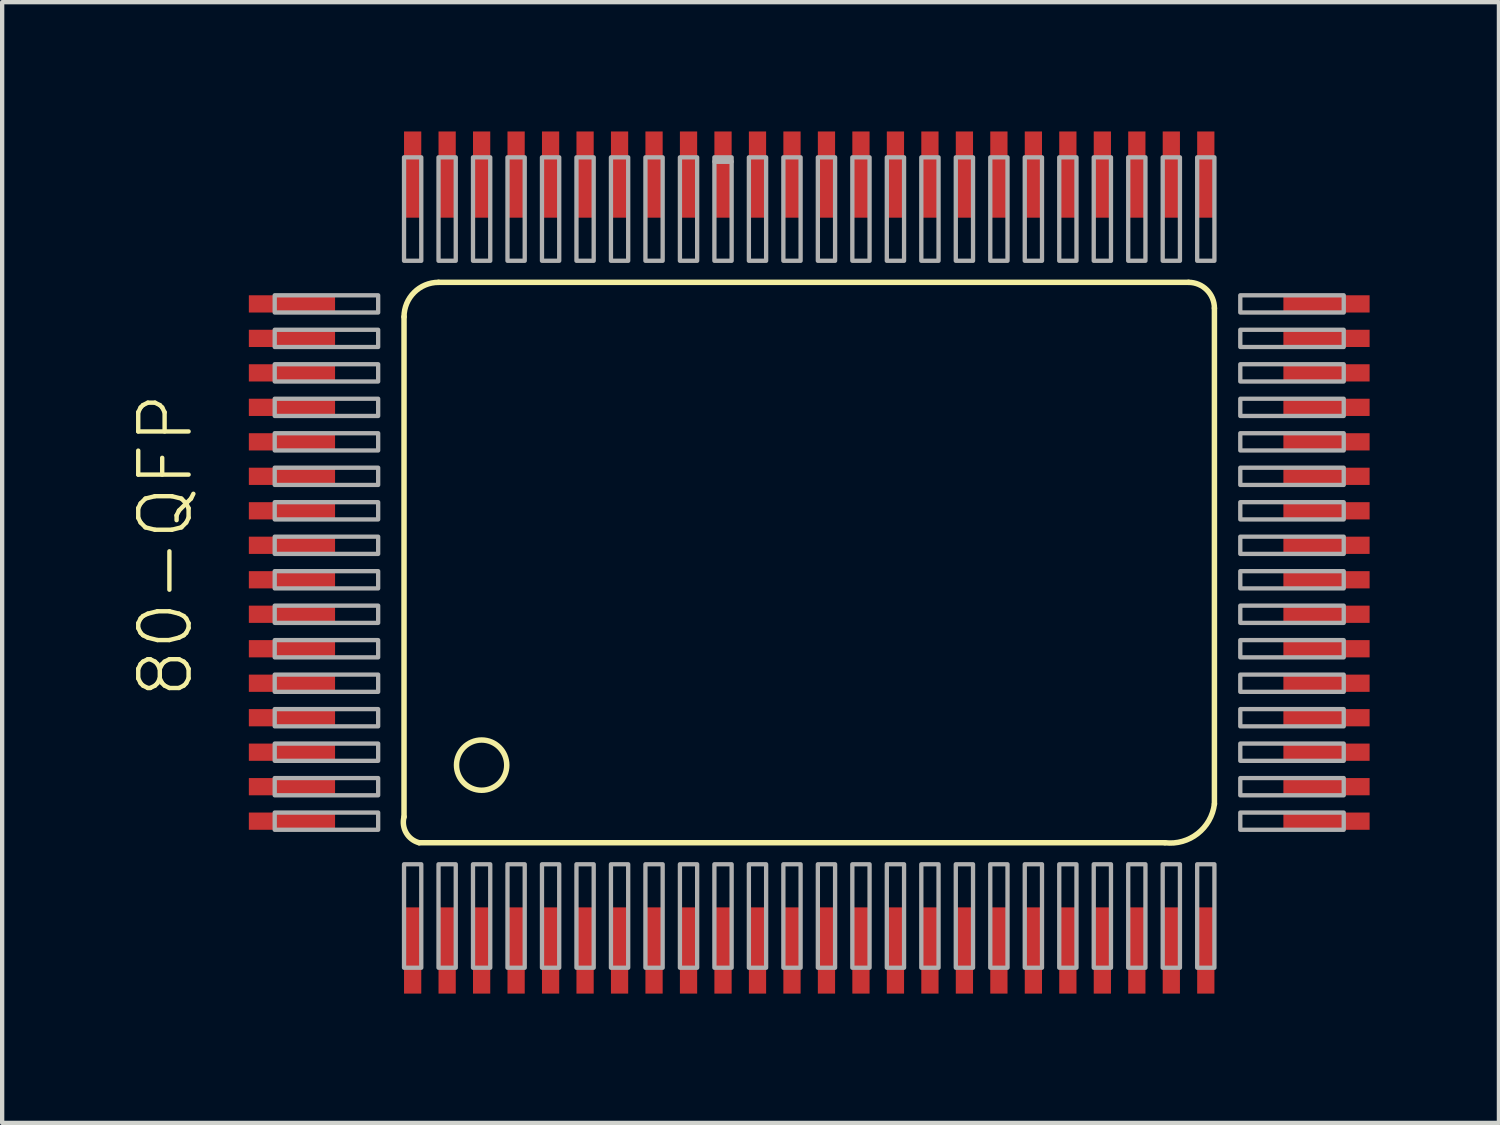
<source format=kicad_pcb>
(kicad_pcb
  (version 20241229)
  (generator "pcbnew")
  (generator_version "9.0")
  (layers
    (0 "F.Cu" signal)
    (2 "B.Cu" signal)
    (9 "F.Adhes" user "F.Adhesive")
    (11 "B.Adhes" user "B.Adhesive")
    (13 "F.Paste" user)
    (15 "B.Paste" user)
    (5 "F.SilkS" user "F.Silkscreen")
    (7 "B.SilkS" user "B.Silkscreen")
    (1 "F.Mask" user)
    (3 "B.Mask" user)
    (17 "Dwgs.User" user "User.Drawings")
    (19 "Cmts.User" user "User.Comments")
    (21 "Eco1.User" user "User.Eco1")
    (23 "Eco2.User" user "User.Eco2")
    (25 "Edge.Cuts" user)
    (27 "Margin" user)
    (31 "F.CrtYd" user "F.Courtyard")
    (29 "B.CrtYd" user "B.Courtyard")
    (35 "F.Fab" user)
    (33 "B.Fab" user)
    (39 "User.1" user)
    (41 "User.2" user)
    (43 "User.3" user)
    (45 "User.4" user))
  (footprint "80-QFP"
    (layer "F.Cu")
    (at 15.623 9.7)
    (property "Reference" "80-QFP" (at -14.15 3.5 90) (layer "F.SilkS") (effects (font (size 1.168 1.168) (thickness 0.102)) (justify left bottom)))
    (fp_line (start -9.3 6.2) (end -9.3 -5.4) (stroke (width 0.127) (type solid)) (layer "F.SilkS"))
    (fp_line (start -8.5 -6.2) (end 8.9 -6.2) (stroke (width 0.127) (type solid)) (layer "F.SilkS"))
    (fp_line (start 8.35 6.8) (end -8.95 6.8) (stroke (width 0.127) (type solid)) (layer "F.SilkS"))
    (fp_line (start 9.5 -5.6) (end 9.5 5.9) (stroke (width 0.127) (type solid)) (layer "F.SilkS"))
    (fp_arc (start -9.3 -5.4) (mid -9.065685 -5.965685) (end -8.5 -6.2) (stroke (width 0.127) (type solid)) (layer "F.SilkS"))
    (fp_arc (start -8.95 6.8) (mid -9.249264 6.572487) (end -9.3 6.2) (stroke (width 0.127) (type solid)) (layer "F.SilkS"))
    (fp_arc (start 8.9 -6.2) (mid 9.324264 -6.024264) (end 9.5 -5.6) (stroke (width 0.127) (type solid)) (layer "F.SilkS"))
    (fp_arc (start 9.5 5.9) (mid 9.111396 6.588173) (end 8.35 6.8) (stroke (width 0.127) (type solid)) (layer "F.SilkS"))
    (fp_circle (center -7.5 5) (end -6.917 5) (stroke (width 0.127) (type solid)) (fill no) (layer "F.SilkS"))
    (fp_poly (pts (xy -12.3 -5.5) (xy -9.9 -5.5) (xy -9.9 -5.9) (xy -12.3 -5.9)) (stroke (width 0.1) (type solid)) (fill no) (layer "F.Fab"))
    (fp_poly (pts (xy -12.3 -4.7) (xy -9.9 -4.7) (xy -9.9 -5.1) (xy -12.3 -5.1)) (stroke (width 0.1) (type solid)) (fill no) (layer "F.Fab"))
    (fp_poly (pts (xy -12.3 -3.9) (xy -9.9 -3.9) (xy -9.9 -4.3) (xy -12.3 -4.3)) (stroke (width 0.1) (type solid)) (fill no) (layer "F.Fab"))
    (fp_poly (pts (xy -12.3 -3.1) (xy -9.9 -3.1) (xy -9.9 -3.5) (xy -12.3 -3.5)) (stroke (width 0.1) (type solid)) (fill no) (layer "F.Fab"))
    (fp_poly (pts (xy -12.3 -2.3) (xy -9.9 -2.3) (xy -9.9 -2.7) (xy -12.3 -2.7)) (stroke (width 0.1) (type solid)) (fill no) (layer "F.Fab"))
    (fp_poly (pts (xy -12.3 -1.5) (xy -9.9 -1.5) (xy -9.9 -1.9) (xy -12.3 -1.9)) (stroke (width 0.1) (type solid)) (fill no) (layer "F.Fab"))
    (fp_poly (pts (xy -12.3 -0.7) (xy -9.9 -0.7) (xy -9.9 -1.1) (xy -12.3 -1.1)) (stroke (width 0.1) (type solid)) (fill no) (layer "F.Fab"))
    (fp_poly (pts (xy -12.3 0.1) (xy -9.9 0.1) (xy -9.9 -0.3) (xy -12.3 -0.3)) (stroke (width 0.1) (type solid)) (fill no) (layer "F.Fab"))
    (fp_poly (pts (xy -12.3 0.9) (xy -9.9 0.9) (xy -9.9 0.5) (xy -12.3 0.5)) (stroke (width 0.1) (type solid)) (fill no) (layer "F.Fab"))
    (fp_poly (pts (xy -12.3 1.7) (xy -9.9 1.7) (xy -9.9 1.3) (xy -12.3 1.3)) (stroke (width 0.1) (type solid)) (fill no) (layer "F.Fab"))
    (fp_poly (pts (xy -12.3 2.5) (xy -9.9 2.5) (xy -9.9 2.1) (xy -12.3 2.1)) (stroke (width 0.1) (type solid)) (fill no) (layer "F.Fab"))
    (fp_poly (pts (xy -12.3 3.3) (xy -9.9 3.3) (xy -9.9 2.9) (xy -12.3 2.9)) (stroke (width 0.1) (type solid)) (fill no) (layer "F.Fab"))
    (fp_poly (pts (xy -12.3 4.1) (xy -9.9 4.1) (xy -9.9 3.7) (xy -12.3 3.7)) (stroke (width 0.1) (type solid)) (fill no) (layer "F.Fab"))
    (fp_poly (pts (xy -12.3 4.9) (xy -9.9 4.9) (xy -9.9 4.5) (xy -12.3 4.5)) (stroke (width 0.1) (type solid)) (fill no) (layer "F.Fab"))
    (fp_poly (pts (xy -12.3 5.7) (xy -9.9 5.7) (xy -9.9 5.3) (xy -12.3 5.3)) (stroke (width 0.1) (type solid)) (fill no) (layer "F.Fab"))
    (fp_poly (pts (xy -12.3 6.5) (xy -9.9 6.5) (xy -9.9 6.1) (xy -12.3 6.1)) (stroke (width 0.1) (type solid)) (fill no) (layer "F.Fab"))
    (fp_poly (pts (xy -9.3 -6.7) (xy -8.9 -6.7) (xy -8.9 -9.1) (xy -9.3 -9.1)) (stroke (width 0.1) (type solid)) (fill no) (layer "F.Fab"))
    (fp_poly (pts (xy -9.3 9.7) (xy -8.9 9.7) (xy -8.9 7.3) (xy -9.3 7.3)) (stroke (width 0.1) (type solid)) (fill no) (layer "F.Fab"))
    (fp_poly (pts (xy -8.5 -6.7) (xy -8.1 -6.7) (xy -8.1 -9.1) (xy -8.5 -9.1)) (stroke (width 0.1) (type solid)) (fill no) (layer "F.Fab"))
    (fp_poly (pts (xy -8.5 9.7) (xy -8.1 9.7) (xy -8.1 7.3) (xy -8.5 7.3)) (stroke (width 0.1) (type solid)) (fill no) (layer "F.Fab"))
    (fp_poly (pts (xy -7.7 -6.7) (xy -7.3 -6.7) (xy -7.3 -9.1) (xy -7.7 -9.1)) (stroke (width 0.1) (type solid)) (fill no) (layer "F.Fab"))
    (fp_poly (pts (xy -7.7 9.7) (xy -7.3 9.7) (xy -7.3 7.3) (xy -7.7 7.3)) (stroke (width 0.1) (type solid)) (fill no) (layer "F.Fab"))
    (fp_poly (pts (xy -6.9 -6.7) (xy -6.5 -6.7) (xy -6.5 -9.1) (xy -6.9 -9.1)) (stroke (width 0.1) (type solid)) (fill no) (layer "F.Fab"))
    (fp_poly (pts (xy -6.9 9.7) (xy -6.5 9.7) (xy -6.5 7.3) (xy -6.9 7.3)) (stroke (width 0.1) (type solid)) (fill no) (layer "F.Fab"))
    (fp_poly (pts (xy -6.1 -6.7) (xy -5.7 -6.7) (xy -5.7 -9.1) (xy -6.1 -9.1)) (stroke (width 0.1) (type solid)) (fill no) (layer "F.Fab"))
    (fp_poly (pts (xy -6.1 9.7) (xy -5.7 9.7) (xy -5.7 7.3) (xy -6.1 7.3)) (stroke (width 0.1) (type solid)) (fill no) (layer "F.Fab"))
    (fp_poly (pts (xy -5.3 -6.7) (xy -4.9 -6.7) (xy -4.9 -9.1) (xy -5.3 -9.1)) (stroke (width 0.1) (type solid)) (fill no) (layer "F.Fab"))
    (fp_poly (pts (xy -5.3 9.7) (xy -4.9 9.7) (xy -4.9 7.3) (xy -5.3 7.3)) (stroke (width 0.1) (type solid)) (fill no) (layer "F.Fab"))
    (fp_poly (pts (xy -4.5 -6.7) (xy -4.1 -6.7) (xy -4.1 -9.1) (xy -4.5 -9.1)) (stroke (width 0.1) (type solid)) (fill no) (layer "F.Fab"))
    (fp_poly (pts (xy -4.5 9.7) (xy -4.1 9.7) (xy -4.1 7.3) (xy -4.5 7.3)) (stroke (width 0.1) (type solid)) (fill no) (layer "F.Fab"))
    (fp_poly (pts (xy -3.7 -6.7) (xy -3.3 -6.7) (xy -3.3 -9.1) (xy -3.7 -9.1)) (stroke (width 0.1) (type solid)) (fill no) (layer "F.Fab"))
    (fp_poly (pts (xy -3.7 9.7) (xy -3.3 9.7) (xy -3.3 7.3) (xy -3.7 7.3)) (stroke (width 0.1) (type solid)) (fill no) (layer "F.Fab"))
    (fp_poly (pts (xy -2.9 -6.7) (xy -2.5 -6.7) (xy -2.5 -9.1) (xy -2.9 -9.1)) (stroke (width 0.1) (type solid)) (fill no) (layer "F.Fab"))
    (fp_poly (pts (xy -2.9 9.7) (xy -2.5 9.7) (xy -2.5 7.3) (xy -2.9 7.3)) (stroke (width 0.1) (type solid)) (fill no) (layer "F.Fab"))
    (fp_poly (pts (xy -2.1 -9) (xy -1.7 -9) (xy -1.7 -9.1) (xy -2.1 -9.1)) (stroke (width 0.1) (type solid)) (fill no) (layer "F.Fab"))
    (fp_poly (pts (xy -2.1 -6.7) (xy -1.7 -6.7) (xy -1.7 -9) (xy -2.1 -9)) (stroke (width 0.1) (type solid)) (fill no) (layer "F.Fab"))
    (fp_poly (pts (xy -2.1 9.7) (xy -1.7 9.7) (xy -1.7 7.3) (xy -2.1 7.3)) (stroke (width 0.1) (type solid)) (fill no) (layer "F.Fab"))
    (fp_poly (pts (xy -1.3 -6.7) (xy -0.9 -6.7) (xy -0.9 -9.1) (xy -1.3 -9.1)) (stroke (width 0.1) (type solid)) (fill no) (layer "F.Fab"))
    (fp_poly (pts (xy -1.3 9.7) (xy -0.9 9.7) (xy -0.9 7.3) (xy -1.3 7.3)) (stroke (width 0.1) (type solid)) (fill no) (layer "F.Fab"))
    (fp_poly (pts (xy -0.5 -6.7) (xy -0.1 -6.7) (xy -0.1 -9.1) (xy -0.5 -9.1)) (stroke (width 0.1) (type solid)) (fill no) (layer "F.Fab"))
    (fp_poly (pts (xy -0.5 9.7) (xy -0.1 9.7) (xy -0.1 7.3) (xy -0.5 7.3)) (stroke (width 0.1) (type solid)) (fill no) (layer "F.Fab"))
    (fp_poly (pts (xy 0.3 -6.7) (xy 0.7 -6.7) (xy 0.7 -9.1) (xy 0.3 -9.1)) (stroke (width 0.1) (type solid)) (fill no) (layer "F.Fab"))
    (fp_poly (pts (xy 0.3 9.7) (xy 0.7 9.7) (xy 0.7 7.3) (xy 0.3 7.3)) (stroke (width 0.1) (type solid)) (fill no) (layer "F.Fab"))
    (fp_poly (pts (xy 1.1 -6.7) (xy 1.5 -6.7) (xy 1.5 -9.1) (xy 1.1 -9.1)) (stroke (width 0.1) (type solid)) (fill no) (layer "F.Fab"))
    (fp_poly (pts (xy 1.1 9.7) (xy 1.5 9.7) (xy 1.5 7.3) (xy 1.1 7.3)) (stroke (width 0.1) (type solid)) (fill no) (layer "F.Fab"))
    (fp_poly (pts (xy 1.9 -6.7) (xy 2.3 -6.7) (xy 2.3 -9.1) (xy 1.9 -9.1)) (stroke (width 0.1) (type solid)) (fill no) (layer "F.Fab"))
    (fp_poly (pts (xy 1.9 9.7) (xy 2.3 9.7) (xy 2.3 7.3) (xy 1.9 7.3)) (stroke (width 0.1) (type solid)) (fill no) (layer "F.Fab"))
    (fp_poly (pts (xy 2.7 -6.7) (xy 3.1 -6.7) (xy 3.1 -9.1) (xy 2.7 -9.1)) (stroke (width 0.1) (type solid)) (fill no) (layer "F.Fab"))
    (fp_poly (pts (xy 2.7 9.7) (xy 3.1 9.7) (xy 3.1 7.3) (xy 2.7 7.3)) (stroke (width 0.1) (type solid)) (fill no) (layer "F.Fab"))
    (fp_poly (pts (xy 3.5 -6.7) (xy 3.9 -6.7) (xy 3.9 -9.1) (xy 3.5 -9.1)) (stroke (width 0.1) (type solid)) (fill no) (layer "F.Fab"))
    (fp_poly (pts (xy 3.5 9.7) (xy 3.9 9.7) (xy 3.9 7.3) (xy 3.5 7.3)) (stroke (width 0.1) (type solid)) (fill no) (layer "F.Fab"))
    (fp_poly (pts (xy 4.3 -6.7) (xy 4.7 -6.7) (xy 4.7 -9.1) (xy 4.3 -9.1)) (stroke (width 0.1) (type solid)) (fill no) (layer "F.Fab"))
    (fp_poly (pts (xy 4.3 9.7) (xy 4.7 9.7) (xy 4.7 7.3) (xy 4.3 7.3)) (stroke (width 0.1) (type solid)) (fill no) (layer "F.Fab"))
    (fp_poly (pts (xy 5.1 -6.7) (xy 5.5 -6.7) (xy 5.5 -9.1) (xy 5.1 -9.1)) (stroke (width 0.1) (type solid)) (fill no) (layer "F.Fab"))
    (fp_poly (pts (xy 5.1 9.7) (xy 5.5 9.7) (xy 5.5 7.3) (xy 5.1 7.3)) (stroke (width 0.1) (type solid)) (fill no) (layer "F.Fab"))
    (fp_poly (pts (xy 5.9 -6.7) (xy 6.3 -6.7) (xy 6.3 -9.1) (xy 5.9 -9.1)) (stroke (width 0.1) (type solid)) (fill no) (layer "F.Fab"))
    (fp_poly (pts (xy 5.9 9.7) (xy 6.3 9.7) (xy 6.3 7.3) (xy 5.9 7.3)) (stroke (width 0.1) (type solid)) (fill no) (layer "F.Fab"))
    (fp_poly (pts (xy 6.7 -6.7) (xy 7.1 -6.7) (xy 7.1 -9.1) (xy 6.7 -9.1)) (stroke (width 0.1) (type solid)) (fill no) (layer "F.Fab"))
    (fp_poly (pts (xy 6.7 9.7) (xy 7.1 9.7) (xy 7.1 7.3) (xy 6.7 7.3)) (stroke (width 0.1) (type solid)) (fill no) (layer "F.Fab"))
    (fp_poly (pts (xy 7.5 -6.7) (xy 7.9 -6.7) (xy 7.9 -9.1) (xy 7.5 -9.1)) (stroke (width 0.1) (type solid)) (fill no) (layer "F.Fab"))
    (fp_poly (pts (xy 7.5 9.7) (xy 7.9 9.7) (xy 7.9 7.3) (xy 7.5 7.3)) (stroke (width 0.1) (type solid)) (fill no) (layer "F.Fab"))
    (fp_poly (pts (xy 8.3 -6.7) (xy 8.7 -6.7) (xy 8.7 -9.1) (xy 8.3 -9.1)) (stroke (width 0.1) (type solid)) (fill no) (layer "F.Fab"))
    (fp_poly (pts (xy 8.3 9.7) (xy 8.7 9.7) (xy 8.7 7.3) (xy 8.3 7.3)) (stroke (width 0.1) (type solid)) (fill no) (layer "F.Fab"))
    (fp_poly (pts (xy 9.1 -6.7) (xy 9.5 -6.7) (xy 9.5 -9.1) (xy 9.1 -9.1)) (stroke (width 0.1) (type solid)) (fill no) (layer "F.Fab"))
    (fp_poly (pts (xy 9.1 9.7) (xy 9.5 9.7) (xy 9.5 7.3) (xy 9.1 7.3)) (stroke (width 0.1) (type solid)) (fill no) (layer "F.Fab"))
    (fp_poly (pts (xy 10.1 -5.5) (xy 12.5 -5.5) (xy 12.5 -5.9) (xy 10.1 -5.9)) (stroke (width 0.1) (type solid)) (fill no) (layer "F.Fab"))
    (fp_poly (pts (xy 10.1 -4.7) (xy 12.5 -4.7) (xy 12.5 -5.1) (xy 10.1 -5.1)) (stroke (width 0.1) (type solid)) (fill no) (layer "F.Fab"))
    (fp_poly (pts (xy 10.1 -3.9) (xy 12.5 -3.9) (xy 12.5 -4.3) (xy 10.1 -4.3)) (stroke (width 0.1) (type solid)) (fill no) (layer "F.Fab"))
    (fp_poly (pts (xy 10.1 -3.1) (xy 12.5 -3.1) (xy 12.5 -3.5) (xy 10.1 -3.5)) (stroke (width 0.1) (type solid)) (fill no) (layer "F.Fab"))
    (fp_poly (pts (xy 10.1 -2.3) (xy 12.5 -2.3) (xy 12.5 -2.7) (xy 10.1 -2.7)) (stroke (width 0.1) (type solid)) (fill no) (layer "F.Fab"))
    (fp_poly (pts (xy 10.1 -1.5) (xy 12.5 -1.5) (xy 12.5 -1.9) (xy 10.1 -1.9)) (stroke (width 0.1) (type solid)) (fill no) (layer "F.Fab"))
    (fp_poly (pts (xy 10.1 -0.7) (xy 12.5 -0.7) (xy 12.5 -1.1) (xy 10.1 -1.1)) (stroke (width 0.1) (type solid)) (fill no) (layer "F.Fab"))
    (fp_poly (pts (xy 10.1 0.1) (xy 12.5 0.1) (xy 12.5 -0.3) (xy 10.1 -0.3)) (stroke (width 0.1) (type solid)) (fill no) (layer "F.Fab"))
    (fp_poly (pts (xy 10.1 0.9) (xy 12.5 0.9) (xy 12.5 0.5) (xy 10.1 0.5)) (stroke (width 0.1) (type solid)) (fill no) (layer "F.Fab"))
    (fp_poly (pts (xy 10.1 1.7) (xy 12.5 1.7) (xy 12.5 1.3) (xy 10.1 1.3)) (stroke (width 0.1) (type solid)) (fill no) (layer "F.Fab"))
    (fp_poly (pts (xy 10.1 2.5) (xy 12.5 2.5) (xy 12.5 2.1) (xy 10.1 2.1)) (stroke (width 0.1) (type solid)) (fill no) (layer "F.Fab"))
    (fp_poly (pts (xy 10.1 3.3) (xy 12.5 3.3) (xy 12.5 2.9) (xy 10.1 2.9)) (stroke (width 0.1) (type solid)) (fill no) (layer "F.Fab"))
    (fp_poly (pts (xy 10.1 4.1) (xy 12.5 4.1) (xy 12.5 3.7) (xy 10.1 3.7)) (stroke (width 0.1) (type solid)) (fill no) (layer "F.Fab"))
    (fp_poly (pts (xy 10.1 4.9) (xy 12.5 4.9) (xy 12.5 4.5) (xy 10.1 4.5)) (stroke (width 0.1) (type solid)) (fill no) (layer "F.Fab"))
    (fp_poly (pts (xy 10.1 5.7) (xy 12.5 5.7) (xy 12.5 5.3) (xy 10.1 5.3)) (stroke (width 0.1) (type solid)) (fill no) (layer "F.Fab"))
    (fp_poly (pts (xy 10.1 6.5) (xy 12.5 6.5) (xy 12.5 6.1) (xy 10.1 6.1)) (stroke (width 0.1) (type solid)) (fill no) (layer "F.Fab"))
    (pad "1" smd rect (at -9.1 9.3 270) (size 2 0.4) (layers "F.Cu" "F.Mask" "F.Paste"))
    (pad "2" smd rect (at -8.3 9.3 90) (size 2 0.4) (layers "F.Cu" "F.Mask" "F.Paste"))
    (pad "3" smd rect (at -7.5 9.3 90) (size 2 0.4) (layers "F.Cu" "F.Mask" "F.Paste"))
    (pad "4" smd rect (at -6.7 9.3 90) (size 2 0.4) (layers "F.Cu" "F.Mask" "F.Paste"))
    (pad "5" smd rect (at -5.9 9.3 90) (size 2 0.4) (layers "F.Cu" "F.Mask" "F.Paste"))
    (pad "6" smd rect (at -5.1 9.3 90) (size 2 0.4) (layers "F.Cu" "F.Mask" "F.Paste"))
    (pad "7" smd rect (at -4.3 9.3 90) (size 2 0.4) (layers "F.Cu" "F.Mask" "F.Paste"))
    (pad "8" smd rect (at -3.5 9.3 90) (size 2 0.4) (layers "F.Cu" "F.Mask" "F.Paste"))
    (pad "9" smd rect (at -2.7 9.3 90) (size 2 0.4) (layers "F.Cu" "F.Mask" "F.Paste"))
    (pad "10" smd rect (at -1.9 9.3 90) (size 2 0.4) (layers "F.Cu" "F.Mask" "F.Paste"))
    (pad "11" smd rect (at -1.1 9.3 90) (size 2 0.4) (layers "F.Cu" "F.Mask" "F.Paste"))
    (pad "12" smd rect (at -0.3 9.3 90) (size 2 0.4) (layers "F.Cu" "F.Mask" "F.Paste"))
    (pad "13" smd rect (at 0.5 9.3 90) (size 2 0.4) (layers "F.Cu" "F.Mask" "F.Paste"))
    (pad "14" smd rect (at 1.3 9.3 90) (size 2 0.4) (layers "F.Cu" "F.Mask" "F.Paste"))
    (pad "15" smd rect (at 2.1 9.3 90) (size 2 0.4) (layers "F.Cu" "F.Mask" "F.Paste"))
    (pad "16" smd rect (at 2.9 9.3 90) (size 2 0.4) (layers "F.Cu" "F.Mask" "F.Paste"))
    (pad "17" smd rect (at 3.7 9.3 90) (size 2 0.4) (layers "F.Cu" "F.Mask" "F.Paste"))
    (pad "18" smd rect (at 4.5 9.3 90) (size 2 0.4) (layers "F.Cu" "F.Mask" "F.Paste"))
    (pad "19" smd rect (at 5.3 9.3 90) (size 2 0.4) (layers "F.Cu" "F.Mask" "F.Paste"))
    (pad "20" smd rect (at 6.1 9.3 90) (size 2 0.4) (layers "F.Cu" "F.Mask" "F.Paste"))
    (pad "21" smd rect (at 6.9 9.3 90) (size 2 0.4) (layers "F.Cu" "F.Mask" "F.Paste"))
    (pad "22" smd rect (at 7.7 9.3 90) (size 2 0.4) (layers "F.Cu" "F.Mask" "F.Paste"))
    (pad "23" smd rect (at 8.5 9.3 90) (size 2 0.4) (layers "F.Cu" "F.Mask" "F.Paste"))
    (pad "24" smd rect (at 9.3 9.3 90) (size 2 0.4) (layers "F.Cu" "F.Mask" "F.Paste"))
    (pad "25" smd rect (at 12.1 6.3 180) (size 2 0.4) (layers "F.Cu" "F.Mask" "F.Paste"))
    (pad "26" smd rect (at 12.1 5.5 180) (size 2 0.4) (layers "F.Cu" "F.Mask" "F.Paste"))
    (pad "27" smd rect (at 12.1 4.7 180) (size 2 0.4) (layers "F.Cu" "F.Mask" "F.Paste"))
    (pad "28" smd rect (at 12.1 3.9 180) (size 2 0.4) (layers "F.Cu" "F.Mask" "F.Paste"))
    (pad "29" smd rect (at 12.1 3.1 180) (size 2 0.4) (layers "F.Cu" "F.Mask" "F.Paste"))
    (pad "30" smd rect (at 12.1 2.3 180) (size 2 0.4) (layers "F.Cu" "F.Mask" "F.Paste"))
    (pad "31" smd rect (at 12.1 1.5) (size 2 0.4) (layers "F.Cu" "F.Mask" "F.Paste"))
    (pad "32" smd rect (at 12.1 0.7) (size 2 0.4) (layers "F.Cu" "F.Mask" "F.Paste"))
    (pad "33" smd rect (at 12.1 -0.1) (size 2 0.4) (layers "F.Cu" "F.Mask" "F.Paste"))
    (pad "34" smd rect (at 12.1 -0.9) (size 2 0.4) (layers "F.Cu" "F.Mask" "F.Paste"))
    (pad "35" smd rect (at 12.1 -1.7) (size 2 0.4) (layers "F.Cu" "F.Mask" "F.Paste"))
    (pad "36" smd rect (at 12.1 -2.5) (size 2 0.4) (layers "F.Cu" "F.Mask" "F.Paste"))
    (pad "37" smd rect (at 12.1 -3.3) (size 2 0.4) (layers "F.Cu" "F.Mask" "F.Paste"))
    (pad "38" smd rect (at 12.1 -4.1) (size 2 0.4) (layers "F.Cu" "F.Mask" "F.Paste"))
    (pad "39" smd rect (at 12.1 -4.9) (size 2 0.4) (layers "F.Cu" "F.Mask" "F.Paste"))
    (pad "40" smd rect (at 12.1 -5.7) (size 2 0.4) (layers "F.Cu" "F.Mask" "F.Paste"))
    (pad "41" smd rect (at 9.3 -8.7 270) (size 2 0.4) (layers "F.Cu" "F.Mask" "F.Paste"))
    (pad "42" smd rect (at 8.5 -8.7 270) (size 2 0.4) (layers "F.Cu" "F.Mask" "F.Paste"))
    (pad "43" smd rect (at 7.7 -8.7 270) (size 2 0.4) (layers "F.Cu" "F.Mask" "F.Paste"))
    (pad "44" smd rect (at 6.9 -8.7 270) (size 2 0.4) (layers "F.Cu" "F.Mask" "F.Paste"))
    (pad "45" smd rect (at 6.1 -8.7 270) (size 2 0.4) (layers "F.Cu" "F.Mask" "F.Paste"))
    (pad "46" smd rect (at 5.3 -8.7 270) (size 2 0.4) (layers "F.Cu" "F.Mask" "F.Paste"))
    (pad "47" smd rect (at 4.5 -8.7 270) (size 2 0.4) (layers "F.Cu" "F.Mask" "F.Paste"))
    (pad "48" smd rect (at 3.7 -8.7 270) (size 2 0.4) (layers "F.Cu" "F.Mask" "F.Paste"))
    (pad "49" smd rect (at 2.9 -8.7 270) (size 2 0.4) (layers "F.Cu" "F.Mask" "F.Paste"))
    (pad "50" smd rect (at 2.1 -8.7 270) (size 2 0.4) (layers "F.Cu" "F.Mask" "F.Paste"))
    (pad "51" smd rect (at 1.3 -8.7 270) (size 2 0.4) (layers "F.Cu" "F.Mask" "F.Paste"))
    (pad "52" smd rect (at 0.5 -8.7 270) (size 2 0.4) (layers "F.Cu" "F.Mask" "F.Paste"))
    (pad "53" smd rect (at -0.3 -8.7 270) (size 2 0.4) (layers "F.Cu" "F.Mask" "F.Paste"))
    (pad "54" smd rect (at -1.1 -8.7 270) (size 2 0.4) (layers "F.Cu" "F.Mask" "F.Paste"))
    (pad "55" smd rect (at -1.9 -8.7 270) (size 2 0.4) (layers "F.Cu" "F.Mask" "F.Paste"))
    (pad "56" smd rect (at -2.7 -8.7 270) (size 2 0.4) (layers "F.Cu" "F.Mask" "F.Paste"))
    (pad "57" smd rect (at -3.5 -8.7 270) (size 2 0.4) (layers "F.Cu" "F.Mask" "F.Paste"))
    (pad "58" smd rect (at -4.3 -8.7 270) (size 2 0.4) (layers "F.Cu" "F.Mask" "F.Paste"))
    (pad "59" smd rect (at -5.1 -8.7 270) (size 2 0.4) (layers "F.Cu" "F.Mask" "F.Paste"))
    (pad "60" smd rect (at -5.9 -8.7 270) (size 2 0.4) (layers "F.Cu" "F.Mask" "F.Paste"))
    (pad "61" smd rect (at -6.7 -8.7 270) (size 2 0.4) (layers "F.Cu" "F.Mask" "F.Paste"))
    (pad "62" smd rect (at -7.5 -8.7 270) (size 2 0.4) (layers "F.Cu" "F.Mask" "F.Paste"))
    (pad "63" smd rect (at -8.3 -8.7 270) (size 2 0.4) (layers "F.Cu" "F.Mask" "F.Paste"))
    (pad "64" smd rect (at -9.1 -8.7 270) (size 2 0.4) (layers "F.Cu" "F.Mask" "F.Paste"))
    (pad "65" smd rect (at -11.9 -5.7 180) (size 2 0.4) (layers "F.Cu" "F.Mask" "F.Paste"))
    (pad "66" smd rect (at -11.9 -4.9 180) (size 2 0.4) (layers "F.Cu" "F.Mask" "F.Paste"))
    (pad "67" smd rect (at -11.9 -4.1 180) (size 2 0.4) (layers "F.Cu" "F.Mask" "F.Paste"))
    (pad "68" smd rect (at -11.9 -3.3 180) (size 2 0.4) (layers "F.Cu" "F.Mask" "F.Paste"))
    (pad "69" smd rect (at -11.9 -2.5 180) (size 2 0.4) (layers "F.Cu" "F.Mask" "F.Paste"))
    (pad "70" smd rect (at -11.9 -1.7 180) (size 2 0.4) (layers "F.Cu" "F.Mask" "F.Paste"))
    (pad "71" smd rect (at -11.9 -0.9 180) (size 2 0.4) (layers "F.Cu" "F.Mask" "F.Paste"))
    (pad "72" smd rect (at -11.9 -0.1 180) (size 2 0.4) (layers "F.Cu" "F.Mask" "F.Paste"))
    (pad "73" smd rect (at -11.9 0.7 180) (size 2 0.4) (layers "F.Cu" "F.Mask" "F.Paste"))
    (pad "74" smd rect (at -11.9 1.5 180) (size 2 0.4) (layers "F.Cu" "F.Mask" "F.Paste"))
    (pad "75" smd rect (at -11.9 2.3 180) (size 2 0.4) (layers "F.Cu" "F.Mask" "F.Paste"))
    (pad "76" smd rect (at -11.9 3.1 180) (size 2 0.4) (layers "F.Cu" "F.Mask" "F.Paste"))
    (pad "77" smd rect (at -11.9 3.9 180) (size 2 0.4) (layers "F.Cu" "F.Mask" "F.Paste"))
    (pad "78" smd rect (at -11.9 4.7 180) (size 2 0.4) (layers "F.Cu" "F.Mask" "F.Paste"))
    (pad "79" smd rect (at -11.9 5.5 180) (size 2 0.4) (layers "F.Cu" "F.Mask" "F.Paste"))
    (pad "80" smd rect (at -11.9 6.3 180) (size 2 0.4) (layers "F.Cu" "F.Mask" "F.Paste")))
  (gr_rect
    (start -3 -3)
    (end 31.723 23)
    (stroke (width 0.1) (type default))
    (fill no)
    (layer "Edge.Cuts")))
</source>
